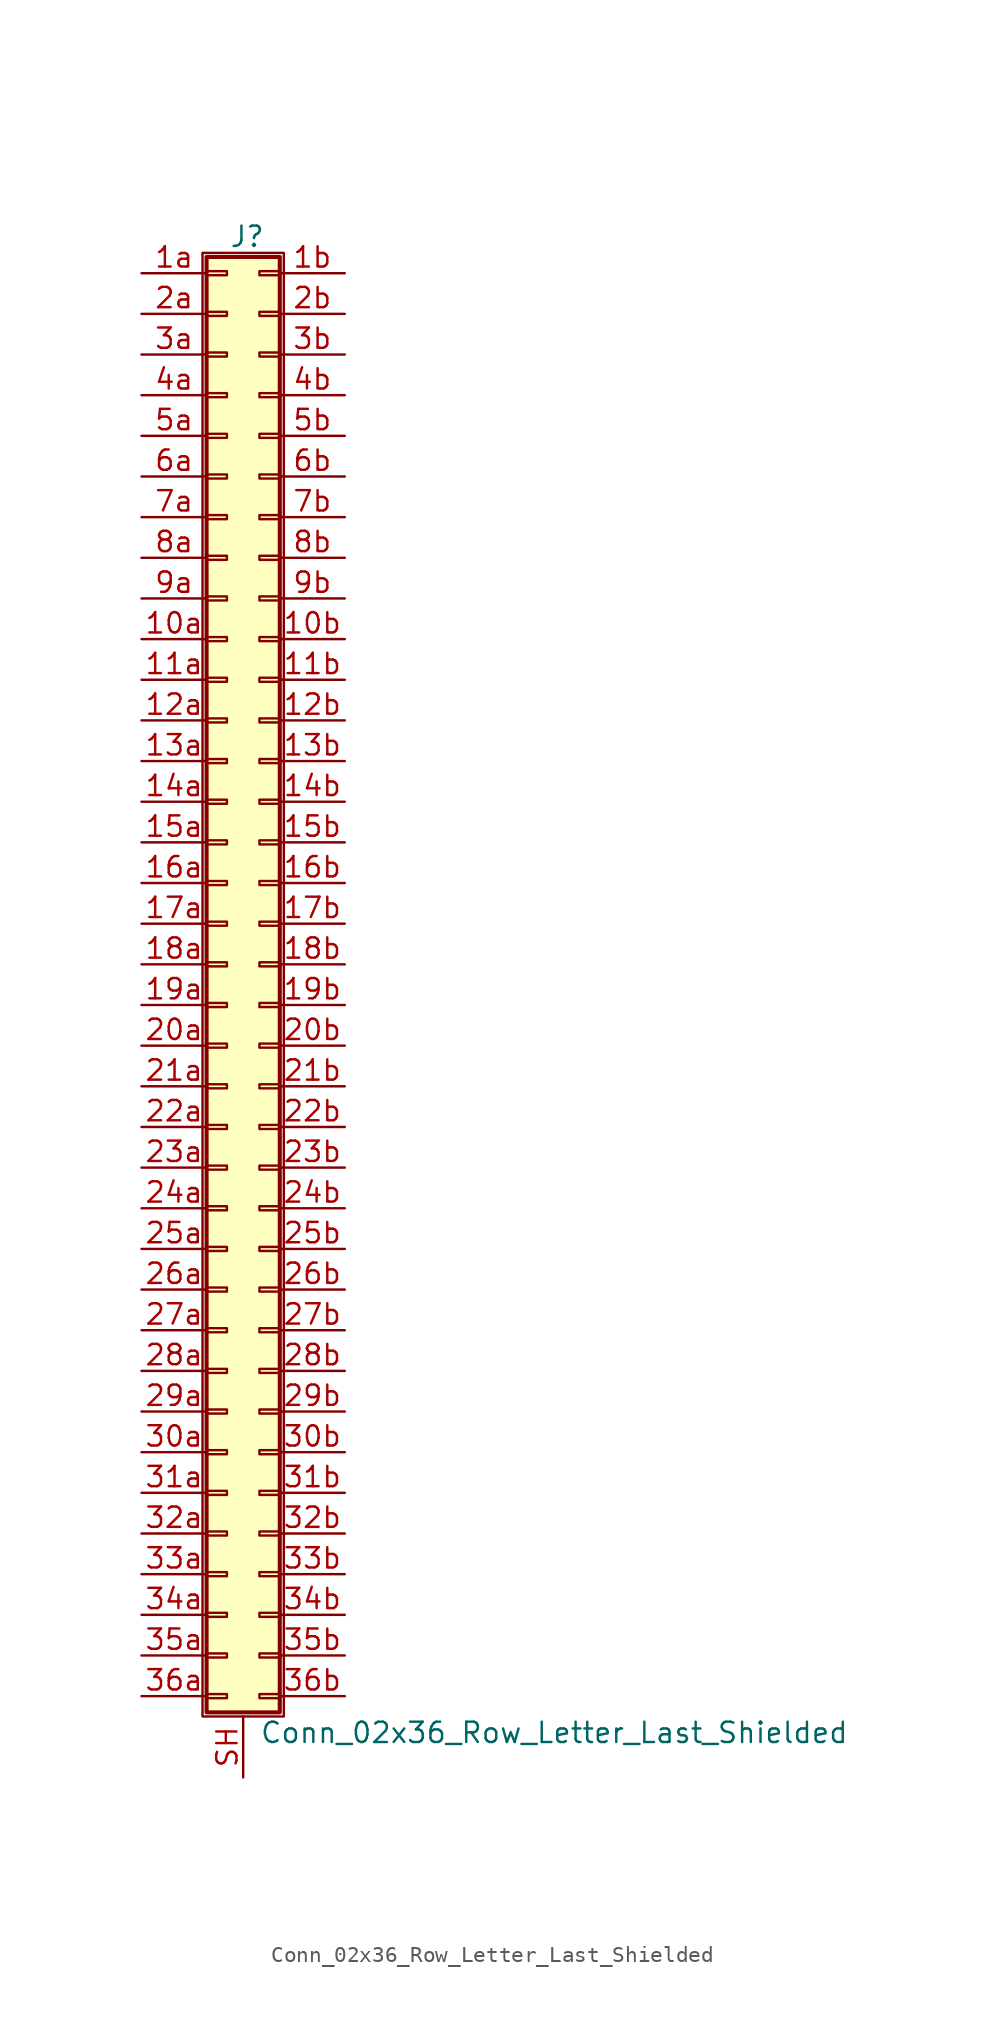
<source format=kicad_sym>
(kicad_symbol_lib
  (version 20201005)
  (generator kicad_symbol_editor)
  (symbol "Conn_02x36_Row_Letter_Last_Shielded"
    (pin_names
      (offset 1.016) hide)
    (property "Reference" "J"
      (at 1.524 45.466 0)
      (effects (font (size 1.27 1.27))))
    (property "Value" "Conn_02x36_Row_Letter_Last_Shielded"
      (at 2.286 -48.006 0)
      (effects (font (size 1.27 1.27)) (justify left)))
    (symbol "Conn_02x36_Row_Letter_Last_Shielded_1_1"
      (rectangle (start -1.27 44.45) (end 3.81 -46.99) (stroke (width 0.152)) (fill (type none)))
      (rectangle (start -1.016 -45.593) (end 0.254 -45.847) (stroke (width 0.152)) (fill (type none)))
      (rectangle (start -1.016 -43.053) (end 0.254 -43.307) (stroke (width 0.152)) (fill (type none)))
      (rectangle (start -1.016 -40.513) (end 0.254 -40.767) (stroke (width 0.152)) (fill (type none)))
      (rectangle (start -1.016 -37.973) (end 0.254 -38.227) (stroke (width 0.152)) (fill (type none)))
      (rectangle (start -1.016 -35.433) (end 0.254 -35.687) (stroke (width 0.152)) (fill (type none)))
      (rectangle (start -1.016 -32.893) (end 0.254 -33.147) (stroke (width 0.152)) (fill (type none)))
      (rectangle (start -1.016 -30.353) (end 0.254 -30.607) (stroke (width 0.152)) (fill (type none)))
      (rectangle (start -1.016 -27.813) (end 0.254 -28.067) (stroke (width 0.152)) (fill (type none)))
      (rectangle (start -1.016 -25.273) (end 0.254 -25.527) (stroke (width 0.152)) (fill (type none)))
      (rectangle (start -1.016 -22.733) (end 0.254 -22.987) (stroke (width 0.152)) (fill (type none)))
      (rectangle (start -1.016 -20.193) (end 0.254 -20.447) (stroke (width 0.152)) (fill (type none)))
      (rectangle (start -1.016 -17.653) (end 0.254 -17.907) (stroke (width 0.152)) (fill (type none)))
      (rectangle (start -1.016 -15.113) (end 0.254 -15.367) (stroke (width 0.152)) (fill (type none)))
      (rectangle (start -1.016 -12.573) (end 0.254 -12.827) (stroke (width 0.152)) (fill (type none)))
      (rectangle (start -1.016 -10.033) (end 0.254 -10.287) (stroke (width 0.152)) (fill (type none)))
      (rectangle (start -1.016 -7.493) (end 0.254 -7.747) (stroke (width 0.152)) (fill (type none)))
      (rectangle (start -1.016 -4.953) (end 0.254 -5.207) (stroke (width 0.152)) (fill (type none)))
      (rectangle (start -1.016 -2.413) (end 0.254 -2.667) (stroke (width 0.152)) (fill (type none)))
      (rectangle (start -1.016 0.127) (end 0.254 -0.127) (stroke (width 0.152)) (fill (type none)))
      (rectangle (start -1.016 2.667) (end 0.254 2.413) (stroke (width 0.152)) (fill (type none)))
      (rectangle (start -1.016 5.207) (end 0.254 4.953) (stroke (width 0.152)) (fill (type none)))
      (rectangle (start -1.016 7.747) (end 0.254 7.493) (stroke (width 0.152)) (fill (type none)))
      (rectangle (start -1.016 10.287) (end 0.254 10.033) (stroke (width 0.152)) (fill (type none)))
      (rectangle (start -1.016 12.827) (end 0.254 12.573) (stroke (width 0.152)) (fill (type none)))
      (rectangle (start -1.016 15.367) (end 0.254 15.113) (stroke (width 0.152)) (fill (type none)))
      (rectangle (start -1.016 17.907) (end 0.254 17.653) (stroke (width 0.152)) (fill (type none)))
      (rectangle (start -1.016 20.447) (end 0.254 20.193) (stroke (width 0.152)) (fill (type none)))
      (rectangle (start -1.016 22.987) (end 0.254 22.733) (stroke (width 0.152)) (fill (type none)))
      (rectangle (start -1.016 25.527) (end 0.254 25.273) (stroke (width 0.152)) (fill (type none)))
      (rectangle (start -1.016 28.067) (end 0.254 27.813) (stroke (width 0.152)) (fill (type none)))
      (rectangle (start -1.016 30.607) (end 0.254 30.353) (stroke (width 0.152)) (fill (type none)))
      (rectangle (start -1.016 33.147) (end 0.254 32.893) (stroke (width 0.152)) (fill (type none)))
      (rectangle (start -1.016 35.687) (end 0.254 35.433) (stroke (width 0.152)) (fill (type none)))
      (rectangle (start -1.016 38.227) (end 0.254 37.973) (stroke (width 0.152)) (fill (type none)))
      (rectangle (start -1.016 40.767) (end 0.254 40.513) (stroke (width 0.152)) (fill (type none)))
      (rectangle (start -1.016 43.307) (end 0.254 43.053) (stroke (width 0.152)) (fill (type none)))
      (rectangle (start -1.016 44.196) (end 3.556 -46.736) (stroke (width 0.254)) (fill (type background)))
      (rectangle (start 3.556 -45.593) (end 2.286 -45.847) (stroke (width 0.152)) (fill (type none)))
      (rectangle (start 3.556 -43.053) (end 2.286 -43.307) (stroke (width 0.152)) (fill (type none)))
      (rectangle (start 3.556 -40.513) (end 2.286 -40.767) (stroke (width 0.152)) (fill (type none)))
      (rectangle (start 3.556 -37.973) (end 2.286 -38.227) (stroke (width 0.152)) (fill (type none)))
      (rectangle (start 3.556 -35.433) (end 2.286 -35.687) (stroke (width 0.152)) (fill (type none)))
      (rectangle (start 3.556 -32.893) (end 2.286 -33.147) (stroke (width 0.152)) (fill (type none)))
      (rectangle (start 3.556 -30.353) (end 2.286 -30.607) (stroke (width 0.152)) (fill (type none)))
      (rectangle (start 3.556 -27.813) (end 2.286 -28.067) (stroke (width 0.152)) (fill (type none)))
      (rectangle (start 3.556 -25.273) (end 2.286 -25.527) (stroke (width 0.152)) (fill (type none)))
      (rectangle (start 3.556 -22.733) (end 2.286 -22.987) (stroke (width 0.152)) (fill (type none)))
      (rectangle (start 3.556 -20.193) (end 2.286 -20.447) (stroke (width 0.152)) (fill (type none)))
      (rectangle (start 3.556 -17.653) (end 2.286 -17.907) (stroke (width 0.152)) (fill (type none)))
      (rectangle (start 3.556 -15.113) (end 2.286 -15.367) (stroke (width 0.152)) (fill (type none)))
      (rectangle (start 3.556 -12.573) (end 2.286 -12.827) (stroke (width 0.152)) (fill (type none)))
      (rectangle (start 3.556 -10.033) (end 2.286 -10.287) (stroke (width 0.152)) (fill (type none)))
      (rectangle (start 3.556 -7.493) (end 2.286 -7.747) (stroke (width 0.152)) (fill (type none)))
      (rectangle (start 3.556 -4.953) (end 2.286 -5.207) (stroke (width 0.152)) (fill (type none)))
      (rectangle (start 3.556 -2.413) (end 2.286 -2.667) (stroke (width 0.152)) (fill (type none)))
      (rectangle (start 3.556 0.127) (end 2.286 -0.127) (stroke (width 0.152)) (fill (type none)))
      (rectangle (start 3.556 2.667) (end 2.286 2.413) (stroke (width 0.152)) (fill (type none)))
      (rectangle (start 3.556 5.207) (end 2.286 4.953) (stroke (width 0.152)) (fill (type none)))
      (rectangle (start 3.556 7.747) (end 2.286 7.493) (stroke (width 0.152)) (fill (type none)))
      (rectangle (start 3.556 10.287) (end 2.286 10.033) (stroke (width 0.152)) (fill (type none)))
      (rectangle (start 3.556 12.827) (end 2.286 12.573) (stroke (width 0.152)) (fill (type none)))
      (rectangle (start 3.556 15.367) (end 2.286 15.113) (stroke (width 0.152)) (fill (type none)))
      (rectangle (start 3.556 17.907) (end 2.286 17.653) (stroke (width 0.152)) (fill (type none)))
      (rectangle (start 3.556 20.447) (end 2.286 20.193) (stroke (width 0.152)) (fill (type none)))
      (rectangle (start 3.556 22.987) (end 2.286 22.733) (stroke (width 0.152)) (fill (type none)))
      (rectangle (start 3.556 25.527) (end 2.286 25.273) (stroke (width 0.152)) (fill (type none)))
      (rectangle (start 3.556 28.067) (end 2.286 27.813) (stroke (width 0.152)) (fill (type none)))
      (rectangle (start 3.556 30.607) (end 2.286 30.353) (stroke (width 0.152)) (fill (type none)))
      (rectangle (start 3.556 33.147) (end 2.286 32.893) (stroke (width 0.152)) (fill (type none)))
      (rectangle (start 3.556 35.687) (end 2.286 35.433) (stroke (width 0.152)) (fill (type none)))
      (rectangle (start 3.556 38.227) (end 2.286 37.973) (stroke (width 0.152)) (fill (type none)))
      (rectangle (start 3.556 40.767) (end 2.286 40.513) (stroke (width 0.152)) (fill (type none)))
      (rectangle (start 3.556 43.307) (end 2.286 43.053) (stroke (width 0.152)) (fill (type none)))
      (pin passive line (at -5.08 20.32 0) (length 4.064) (name "Pin_10a" (effects (font (size 1.27 1.27)))) (number "10a" (effects (font (size 1.27 1.27)))))
      (pin passive line (at 7.62 20.32 180) (length 4.064) (name "Pin_10b" (effects (font (size 1.27 1.27)))) (number "10b" (effects (font (size 1.27 1.27)))))
      (pin passive line (at -5.08 17.78 0) (length 4.064) (name "Pin_11a" (effects (font (size 1.27 1.27)))) (number "11a" (effects (font (size 1.27 1.27)))))
      (pin passive line (at 7.62 17.78 180) (length 4.064) (name "Pin_11b" (effects (font (size 1.27 1.27)))) (number "11b" (effects (font (size 1.27 1.27)))))
      (pin passive line (at -5.08 15.24 0) (length 4.064) (name "Pin_12a" (effects (font (size 1.27 1.27)))) (number "12a" (effects (font (size 1.27 1.27)))))
      (pin passive line (at 7.62 15.24 180) (length 4.064) (name "Pin_12b" (effects (font (size 1.27 1.27)))) (number "12b" (effects (font (size 1.27 1.27)))))
      (pin passive line (at -5.08 12.7 0) (length 4.064) (name "Pin_13a" (effects (font (size 1.27 1.27)))) (number "13a" (effects (font (size 1.27 1.27)))))
      (pin passive line (at 7.62 12.7 180) (length 4.064) (name "Pin_13b" (effects (font (size 1.27 1.27)))) (number "13b" (effects (font (size 1.27 1.27)))))
      (pin passive line (at -5.08 10.16 0) (length 4.064) (name "Pin_14a" (effects (font (size 1.27 1.27)))) (number "14a" (effects (font (size 1.27 1.27)))))
      (pin passive line (at 7.62 10.16 180) (length 4.064) (name "Pin_14b" (effects (font (size 1.27 1.27)))) (number "14b" (effects (font (size 1.27 1.27)))))
      (pin passive line (at -5.08 7.62 0) (length 4.064) (name "Pin_15a" (effects (font (size 1.27 1.27)))) (number "15a" (effects (font (size 1.27 1.27)))))
      (pin passive line (at 7.62 7.62 180) (length 4.064) (name "Pin_15b" (effects (font (size 1.27 1.27)))) (number "15b" (effects (font (size 1.27 1.27)))))
      (pin passive line (at -5.08 5.08 0) (length 4.064) (name "Pin_16a" (effects (font (size 1.27 1.27)))) (number "16a" (effects (font (size 1.27 1.27)))))
      (pin passive line (at 7.62 5.08 180) (length 4.064) (name "Pin_16b" (effects (font (size 1.27 1.27)))) (number "16b" (effects (font (size 1.27 1.27)))))
      (pin passive line (at -5.08 2.54 0) (length 4.064) (name "Pin_17a" (effects (font (size 1.27 1.27)))) (number "17a" (effects (font (size 1.27 1.27)))))
      (pin passive line (at 7.62 2.54 180) (length 4.064) (name "Pin_17b" (effects (font (size 1.27 1.27)))) (number "17b" (effects (font (size 1.27 1.27)))))
      (pin passive line (at -5.08 0 0) (length 4.064) (name "Pin_18a" (effects (font (size 1.27 1.27)))) (number "18a" (effects (font (size 1.27 1.27)))))
      (pin passive line (at 7.62 0 180) (length 4.064) (name "Pin_18b" (effects (font (size 1.27 1.27)))) (number "18b" (effects (font (size 1.27 1.27)))))
      (pin passive line (at -5.08 -2.54 0) (length 4.064) (name "Pin_19a" (effects (font (size 1.27 1.27)))) (number "19a" (effects (font (size 1.27 1.27)))))
      (pin passive line (at 7.62 -2.54 180) (length 4.064) (name "Pin_19b" (effects (font (size 1.27 1.27)))) (number "19b" (effects (font (size 1.27 1.27)))))
      (pin passive line (at -5.08 43.18 0) (length 4.064) (name "Pin_1a" (effects (font (size 1.27 1.27)))) (number "1a" (effects (font (size 1.27 1.27)))))
      (pin passive line (at 7.62 43.18 180) (length 4.064) (name "Pin_1b" (effects (font (size 1.27 1.27)))) (number "1b" (effects (font (size 1.27 1.27)))))
      (pin passive line (at -5.08 -5.08 0) (length 4.064) (name "Pin_20a" (effects (font (size 1.27 1.27)))) (number "20a" (effects (font (size 1.27 1.27)))))
      (pin passive line (at 7.62 -5.08 180) (length 4.064) (name "Pin_20b" (effects (font (size 1.27 1.27)))) (number "20b" (effects (font (size 1.27 1.27)))))
      (pin passive line (at -5.08 -7.62 0) (length 4.064) (name "Pin_21a" (effects (font (size 1.27 1.27)))) (number "21a" (effects (font (size 1.27 1.27)))))
      (pin passive line (at 7.62 -7.62 180) (length 4.064) (name "Pin_21b" (effects (font (size 1.27 1.27)))) (number "21b" (effects (font (size 1.27 1.27)))))
      (pin passive line (at -5.08 -10.16 0) (length 4.064) (name "Pin_22a" (effects (font (size 1.27 1.27)))) (number "22a" (effects (font (size 1.27 1.27)))))
      (pin passive line (at 7.62 -10.16 180) (length 4.064) (name "Pin_22b" (effects (font (size 1.27 1.27)))) (number "22b" (effects (font (size 1.27 1.27)))))
      (pin passive line (at -5.08 -12.7 0) (length 4.064) (name "Pin_23a" (effects (font (size 1.27 1.27)))) (number "23a" (effects (font (size 1.27 1.27)))))
      (pin passive line (at 7.62 -12.7 180) (length 4.064) (name "Pin_23b" (effects (font (size 1.27 1.27)))) (number "23b" (effects (font (size 1.27 1.27)))))
      (pin passive line (at -5.08 -15.24 0) (length 4.064) (name "Pin_24a" (effects (font (size 1.27 1.27)))) (number "24a" (effects (font (size 1.27 1.27)))))
      (pin passive line (at 7.62 -15.24 180) (length 4.064) (name "Pin_24b" (effects (font (size 1.27 1.27)))) (number "24b" (effects (font (size 1.27 1.27)))))
      (pin passive line (at -5.08 -17.78 0) (length 4.064) (name "Pin_25a" (effects (font (size 1.27 1.27)))) (number "25a" (effects (font (size 1.27 1.27)))))
      (pin passive line (at 7.62 -17.78 180) (length 4.064) (name "Pin_25b" (effects (font (size 1.27 1.27)))) (number "25b" (effects (font (size 1.27 1.27)))))
      (pin passive line (at -5.08 -20.32 0) (length 4.064) (name "Pin_26a" (effects (font (size 1.27 1.27)))) (number "26a" (effects (font (size 1.27 1.27)))))
      (pin passive line (at 7.62 -20.32 180) (length 4.064) (name "Pin_26b" (effects (font (size 1.27 1.27)))) (number "26b" (effects (font (size 1.27 1.27)))))
      (pin passive line (at -5.08 -22.86 0) (length 4.064) (name "Pin_27a" (effects (font (size 1.27 1.27)))) (number "27a" (effects (font (size 1.27 1.27)))))
      (pin passive line (at 7.62 -22.86 180) (length 4.064) (name "Pin_27b" (effects (font (size 1.27 1.27)))) (number "27b" (effects (font (size 1.27 1.27)))))
      (pin passive line (at -5.08 -25.4 0) (length 4.064) (name "Pin_28a" (effects (font (size 1.27 1.27)))) (number "28a" (effects (font (size 1.27 1.27)))))
      (pin passive line (at 7.62 -25.4 180) (length 4.064) (name "Pin_28b" (effects (font (size 1.27 1.27)))) (number "28b" (effects (font (size 1.27 1.27)))))
      (pin passive line (at -5.08 -27.94 0) (length 4.064) (name "Pin_29a" (effects (font (size 1.27 1.27)))) (number "29a" (effects (font (size 1.27 1.27)))))
      (pin passive line (at 7.62 -27.94 180) (length 4.064) (name "Pin_29b" (effects (font (size 1.27 1.27)))) (number "29b" (effects (font (size 1.27 1.27)))))
      (pin passive line (at -5.08 40.64 0) (length 4.064) (name "Pin_2a" (effects (font (size 1.27 1.27)))) (number "2a" (effects (font (size 1.27 1.27)))))
      (pin passive line (at 7.62 40.64 180) (length 4.064) (name "Pin_2b" (effects (font (size 1.27 1.27)))) (number "2b" (effects (font (size 1.27 1.27)))))
      (pin passive line (at -5.08 -30.48 0) (length 4.064) (name "Pin_30a" (effects (font (size 1.27 1.27)))) (number "30a" (effects (font (size 1.27 1.27)))))
      (pin passive line (at 7.62 -30.48 180) (length 4.064) (name "Pin_30b" (effects (font (size 1.27 1.27)))) (number "30b" (effects (font (size 1.27 1.27)))))
      (pin passive line (at -5.08 -33.02 0) (length 4.064) (name "Pin_31a" (effects (font (size 1.27 1.27)))) (number "31a" (effects (font (size 1.27 1.27)))))
      (pin passive line (at 7.62 -33.02 180) (length 4.064) (name "Pin_31b" (effects (font (size 1.27 1.27)))) (number "31b" (effects (font (size 1.27 1.27)))))
      (pin passive line (at -5.08 -35.56 0) (length 4.064) (name "Pin_32a" (effects (font (size 1.27 1.27)))) (number "32a" (effects (font (size 1.27 1.27)))))
      (pin passive line (at 7.62 -35.56 180) (length 4.064) (name "Pin_32b" (effects (font (size 1.27 1.27)))) (number "32b" (effects (font (size 1.27 1.27)))))
      (pin passive line (at -5.08 -38.1 0) (length 4.064) (name "Pin_33a" (effects (font (size 1.27 1.27)))) (number "33a" (effects (font (size 1.27 1.27)))))
      (pin passive line (at 7.62 -38.1 180) (length 4.064) (name "Pin_33b" (effects (font (size 1.27 1.27)))) (number "33b" (effects (font (size 1.27 1.27)))))
      (pin passive line (at -5.08 -40.64 0) (length 4.064) (name "Pin_34a" (effects (font (size 1.27 1.27)))) (number "34a" (effects (font (size 1.27 1.27)))))
      (pin passive line (at 7.62 -40.64 180) (length 4.064) (name "Pin_34b" (effects (font (size 1.27 1.27)))) (number "34b" (effects (font (size 1.27 1.27)))))
      (pin passive line (at -5.08 -43.18 0) (length 4.064) (name "Pin_35a" (effects (font (size 1.27 1.27)))) (number "35a" (effects (font (size 1.27 1.27)))))
      (pin passive line (at 7.62 -43.18 180) (length 4.064) (name "Pin_35b" (effects (font (size 1.27 1.27)))) (number "35b" (effects (font (size 1.27 1.27)))))
      (pin passive line (at -5.08 -45.72 0) (length 4.064) (name "Pin_36a" (effects (font (size 1.27 1.27)))) (number "36a" (effects (font (size 1.27 1.27)))))
      (pin passive line (at 7.62 -45.72 180) (length 4.064) (name "Pin_36b" (effects (font (size 1.27 1.27)))) (number "36b" (effects (font (size 1.27 1.27)))))
      (pin passive line (at -5.08 38.1 0) (length 4.064) (name "Pin_3a" (effects (font (size 1.27 1.27)))) (number "3a" (effects (font (size 1.27 1.27)))))
      (pin passive line (at 7.62 38.1 180) (length 4.064) (name "Pin_3b" (effects (font (size 1.27 1.27)))) (number "3b" (effects (font (size 1.27 1.27)))))
      (pin passive line (at -5.08 35.56 0) (length 4.064) (name "Pin_4a" (effects (font (size 1.27 1.27)))) (number "4a" (effects (font (size 1.27 1.27)))))
      (pin passive line (at 7.62 35.56 180) (length 4.064) (name "Pin_4b" (effects (font (size 1.27 1.27)))) (number "4b" (effects (font (size 1.27 1.27)))))
      (pin passive line (at -5.08 33.02 0) (length 4.064) (name "Pin_5a" (effects (font (size 1.27 1.27)))) (number "5a" (effects (font (size 1.27 1.27)))))
      (pin passive line (at 7.62 33.02 180) (length 4.064) (name "Pin_5b" (effects (font (size 1.27 1.27)))) (number "5b" (effects (font (size 1.27 1.27)))))
      (pin passive line (at -5.08 30.48 0) (length 4.064) (name "Pin_6a" (effects (font (size 1.27 1.27)))) (number "6a" (effects (font (size 1.27 1.27)))))
      (pin passive line (at 7.62 30.48 180) (length 4.064) (name "Pin_6b" (effects (font (size 1.27 1.27)))) (number "6b" (effects (font (size 1.27 1.27)))))
      (pin passive line (at -5.08 27.94 0) (length 4.064) (name "Pin_7a" (effects (font (size 1.27 1.27)))) (number "7a" (effects (font (size 1.27 1.27)))))
      (pin passive line (at 7.62 27.94 180) (length 4.064) (name "Pin_7b" (effects (font (size 1.27 1.27)))) (number "7b" (effects (font (size 1.27 1.27)))))
      (pin passive line (at -5.08 25.4 0) (length 4.064) (name "Pin_8a" (effects (font (size 1.27 1.27)))) (number "8a" (effects (font (size 1.27 1.27)))))
      (pin passive line (at 7.62 25.4 180) (length 4.064) (name "Pin_8b" (effects (font (size 1.27 1.27)))) (number "8b" (effects (font (size 1.27 1.27)))))
      (pin passive line (at -5.08 22.86 0) (length 4.064) (name "Pin_9a" (effects (font (size 1.27 1.27)))) (number "9a" (effects (font (size 1.27 1.27)))))
      (pin passive line (at 7.62 22.86 180) (length 4.064) (name "Pin_9b" (effects (font (size 1.27 1.27)))) (number "9b" (effects (font (size 1.27 1.27)))))
      (pin passive line (at 1.27 -50.8 90) (length 3.81) (name "Shield" (effects (font (size 1.27 1.27)))) (number "SH" (effects (font (size 1.27 1.27))))))))
</source>
